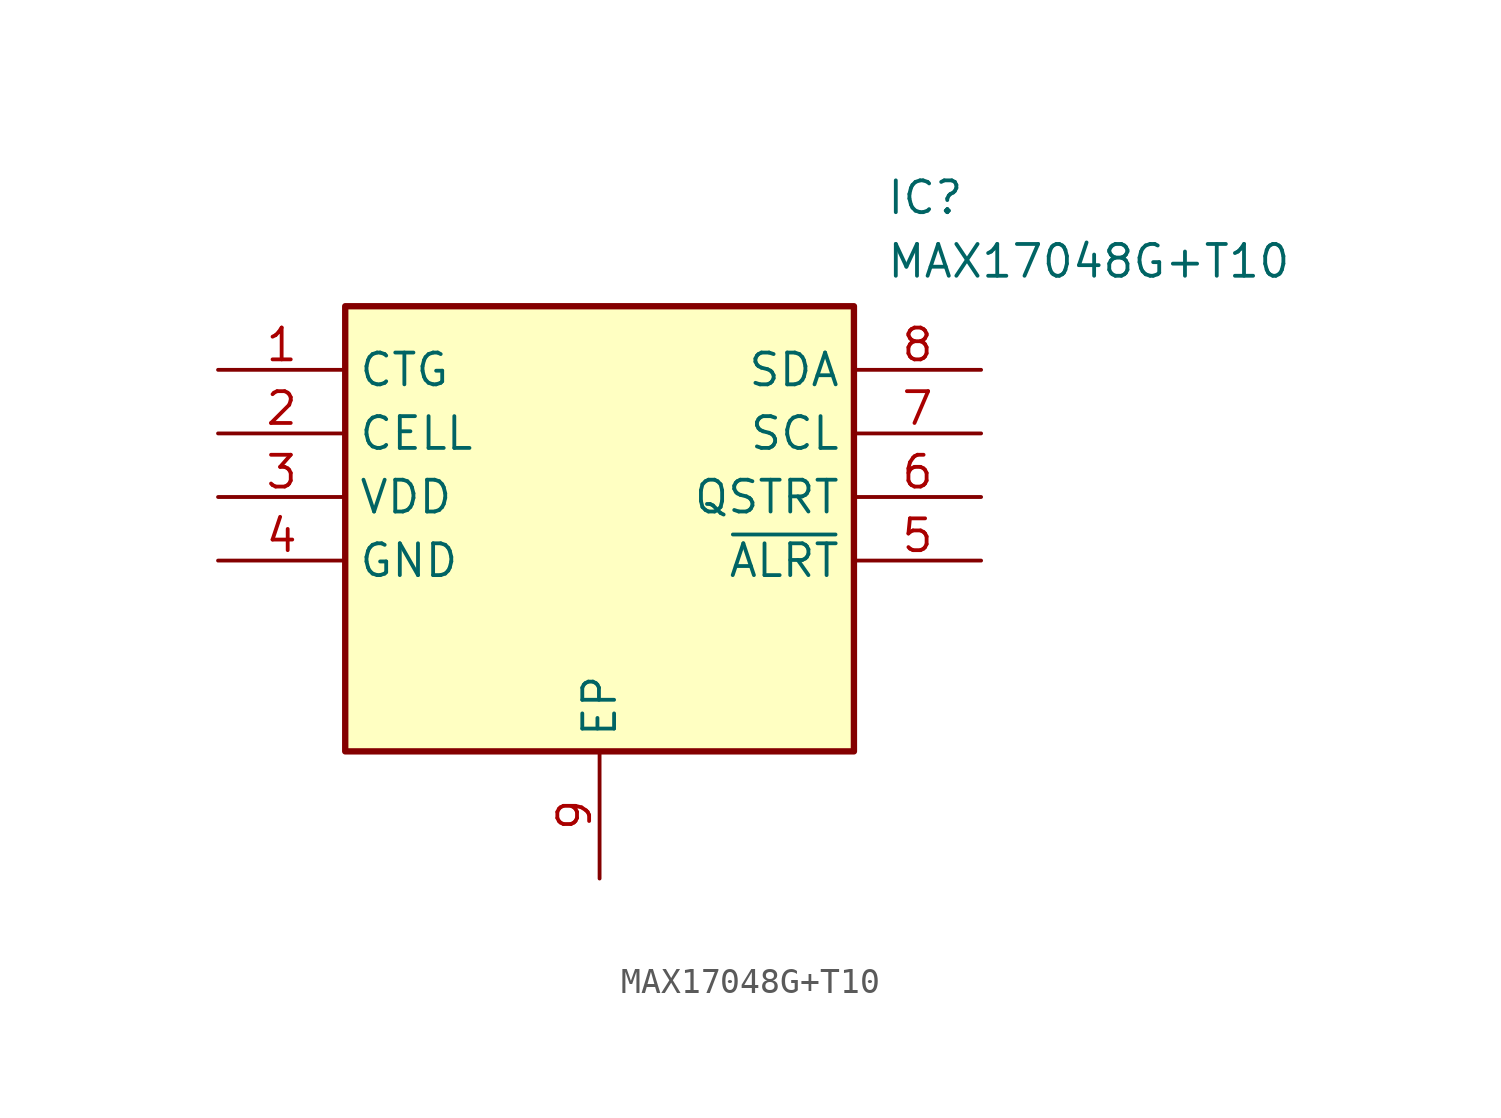
<source format=kicad_sym>
(kicad_symbol_lib
  (version 20211014)
  (generator SamacSys_ECAD_Model)
  (symbol "MAX17048G+T10"
    (property "Reference" "IC"
      (at 26.67 7.62 0)
      (effects (font (size 1.27 1.27)) (justify left top)))
    (property "Value" "MAX17048G+T10"
      (at 26.67 5.08 0)
      (effects (font (size 1.27 1.27)) (justify left top)))
    (rectangle
      (start 5.08 2.54)
      (end 25.4 -15.24)
      (stroke (width 0.254) (type default))
      (fill (type background)))
    (pin passive line
      (at 0 0 0)
      (length 5.08)
      (name "CTG" (effects (font (size 1.27 1.27))))
      (number "1" (effects (font (size 1.27 1.27)))))
    (pin passive line
      (at 0 -2.54 0)
      (length 5.08)
      (name "CELL" (effects (font (size 1.27 1.27))))
      (number "2" (effects (font (size 1.27 1.27)))))
    (pin passive line
      (at 0 -5.08 0)
      (length 5.08)
      (name "VDD" (effects (font (size 1.27 1.27))))
      (number "3" (effects (font (size 1.27 1.27)))))
    (pin passive line
      (at 0 -7.62 0)
      (length 5.08)
      (name "GND" (effects (font (size 1.27 1.27))))
      (number "4" (effects (font (size 1.27 1.27)))))
    (pin passive line
      (at 15.24 -20.32 90)
      (length 5.08)
      (name "EP" (effects (font (size 1.27 1.27))))
      (number "9" (effects (font (size 1.27 1.27)))))
    (pin passive line
      (at 30.48 0 180)
      (length 5.08)
      (name "SDA" (effects (font (size 1.27 1.27))))
      (number "8" (effects (font (size 1.27 1.27)))))
    (pin passive line
      (at 30.48 -2.54 180)
      (length 5.08)
      (name "SCL" (effects (font (size 1.27 1.27))))
      (number "7" (effects (font (size 1.27 1.27)))))
    (pin passive line
      (at 30.48 -5.08 180)
      (length 5.08)
      (name "QSTRT" (effects (font (size 1.27 1.27))))
      (number "6" (effects (font (size 1.27 1.27)))))
    (pin passive line
      (at 30.48 -7.62 180)
      (length 5.08)
      (name "~{ALRT}" (effects (font (size 1.27 1.27))))
      (number "5" (effects (font (size 1.27 1.27)))))))
</source>
